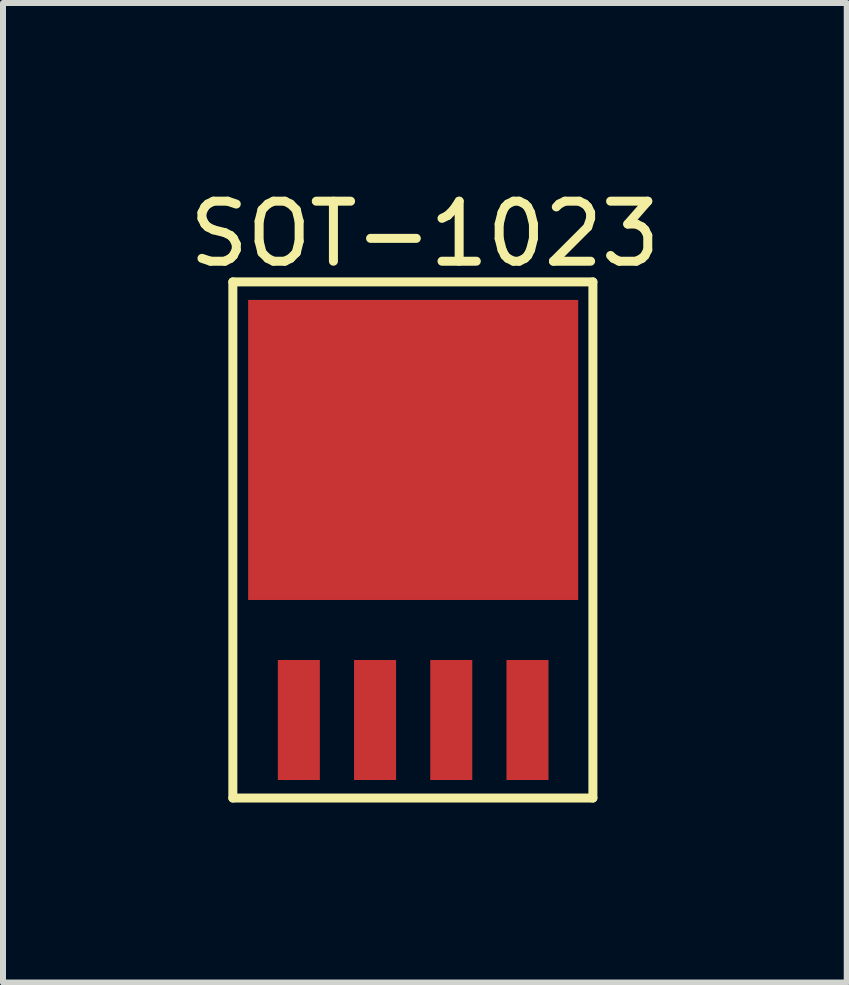
<source format=kicad_pcb>
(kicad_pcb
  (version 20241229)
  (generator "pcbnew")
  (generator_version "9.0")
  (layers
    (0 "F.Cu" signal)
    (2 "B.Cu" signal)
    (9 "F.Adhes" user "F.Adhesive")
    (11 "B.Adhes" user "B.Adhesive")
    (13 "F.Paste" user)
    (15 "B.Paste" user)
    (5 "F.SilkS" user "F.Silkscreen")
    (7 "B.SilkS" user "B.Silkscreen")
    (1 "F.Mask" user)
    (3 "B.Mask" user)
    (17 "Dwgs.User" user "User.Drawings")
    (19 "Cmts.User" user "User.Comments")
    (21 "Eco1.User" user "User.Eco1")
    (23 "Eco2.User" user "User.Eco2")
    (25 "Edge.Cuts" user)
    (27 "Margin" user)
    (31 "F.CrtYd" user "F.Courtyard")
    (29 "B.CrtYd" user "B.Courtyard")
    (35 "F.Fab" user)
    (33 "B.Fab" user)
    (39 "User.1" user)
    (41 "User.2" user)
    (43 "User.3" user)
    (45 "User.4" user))
  (footprint "SOT-1023"
    (layer "F.Cu")
    (at 1.93 8.948)
    (property "Reference" "SOT-1023" (at 2.1 -8.1 0) (layer "F.SilkS") (effects (font (size 1 1) (thickness 0.15))))
    (attr through_hole)
    (fp_line (start -1.1 -7.3) (end 4.9 -7.3) (stroke (width 0.15) (type solid)) (layer "F.SilkS"))
    (fp_line (start -1.1 1.3) (end -1.1 -7.3) (stroke (width 0.15) (type solid)) (layer "F.SilkS"))
    (fp_line (start 4.9 -7.3) (end 4.9 1.3) (stroke (width 0.15) (type solid)) (layer "F.SilkS"))
    (fp_line (start 4.9 1.3) (end -1.1 1.3) (stroke (width 0.15) (type solid)) (layer "F.SilkS"))
    (pad "1" smd rect (at 0 0) (size 0.7 2) (layers "F.Cu" "F.Mask" "F.Paste"))
    (pad "2" smd rect (at 1.27 0) (size 0.7 2) (layers "F.Cu" "F.Mask" "F.Paste"))
    (pad "3" smd rect (at 2.54 0) (size 0.7 2) (layers "F.Cu" "F.Mask" "F.Paste"))
    (pad "4" smd rect (at 3.81 0) (size 0.7 2) (layers "F.Cu" "F.Mask" "F.Paste"))
    (pad "5" smd rect (at 1.905 -4.5) (size 5.5 5) (layers "F.Cu" "F.Mask" "F.Paste")))
  (gr_rect
    (start -3 -3)
    (end 11.06 13.323)
    (stroke (width 0.1) (type default))
    (fill no)
    (layer "Edge.Cuts")))
</source>
